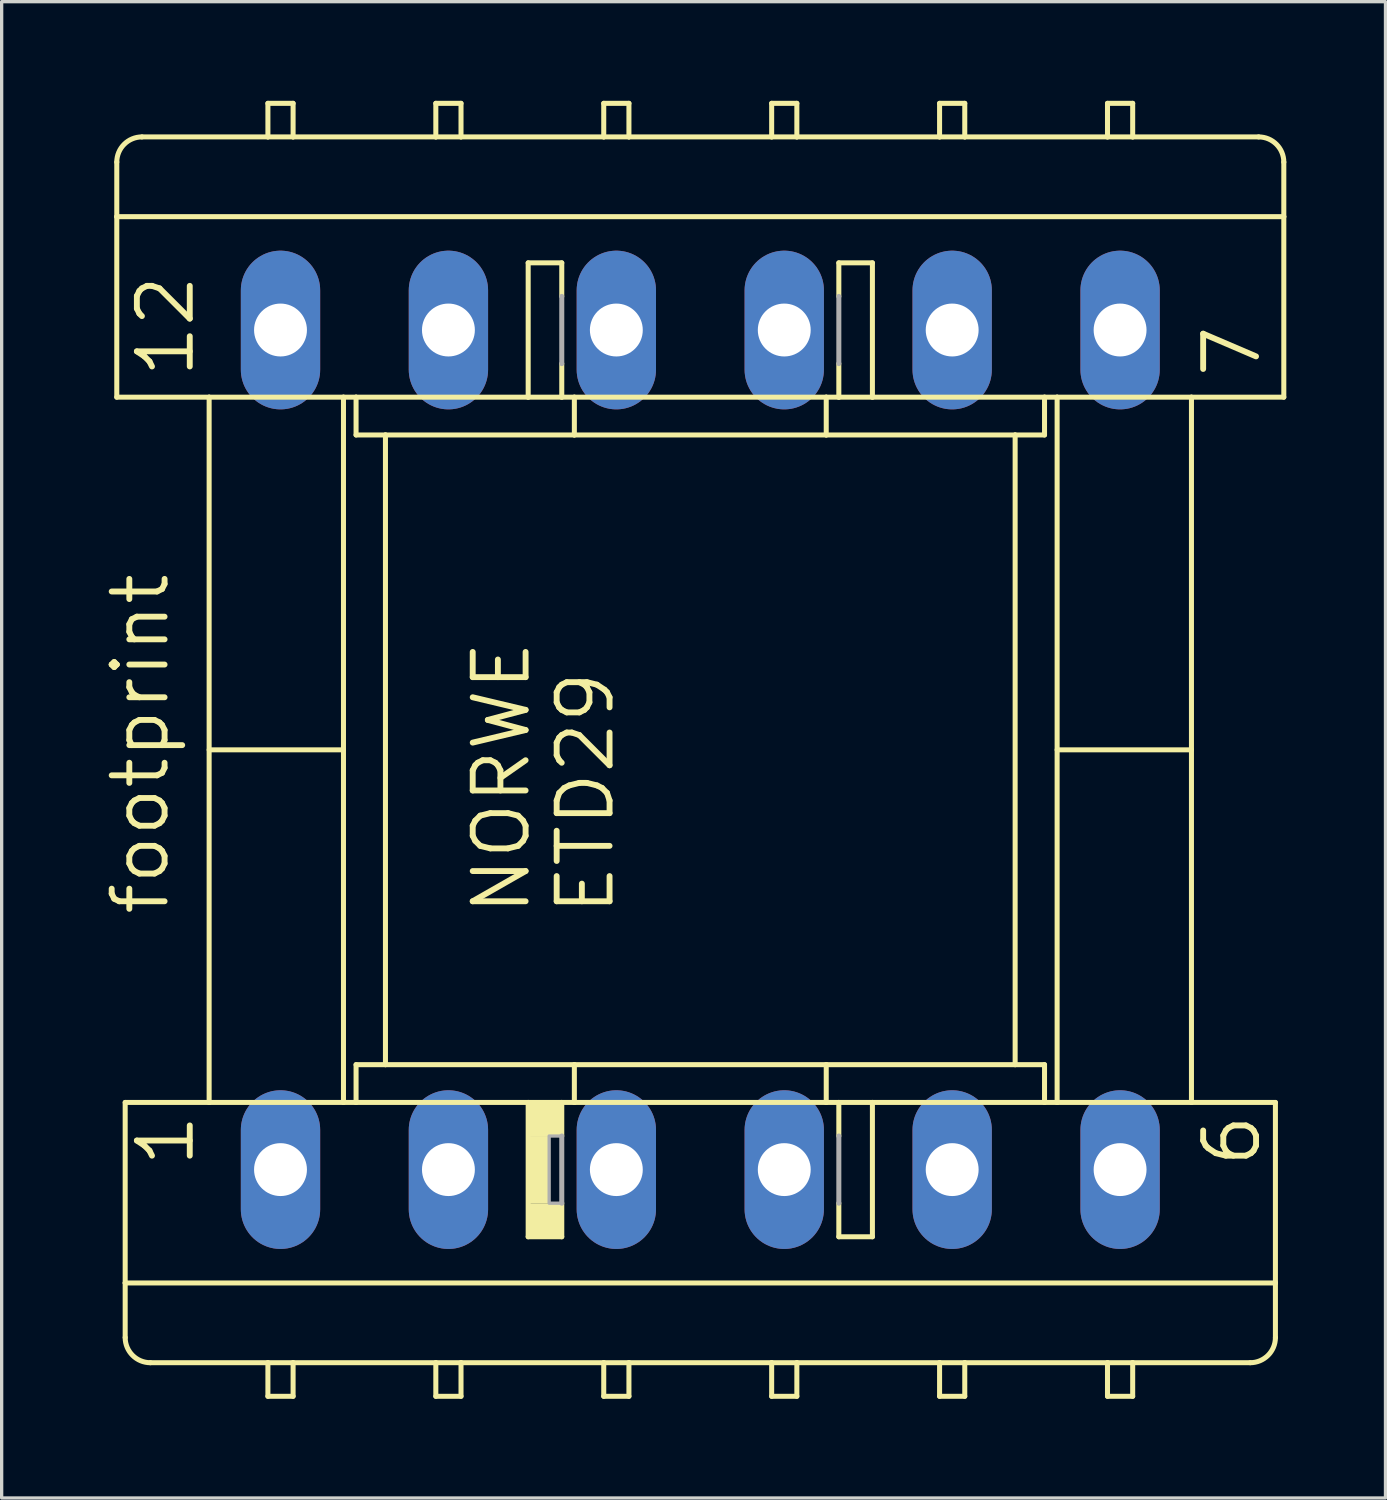
<source format=kicad_pcb>
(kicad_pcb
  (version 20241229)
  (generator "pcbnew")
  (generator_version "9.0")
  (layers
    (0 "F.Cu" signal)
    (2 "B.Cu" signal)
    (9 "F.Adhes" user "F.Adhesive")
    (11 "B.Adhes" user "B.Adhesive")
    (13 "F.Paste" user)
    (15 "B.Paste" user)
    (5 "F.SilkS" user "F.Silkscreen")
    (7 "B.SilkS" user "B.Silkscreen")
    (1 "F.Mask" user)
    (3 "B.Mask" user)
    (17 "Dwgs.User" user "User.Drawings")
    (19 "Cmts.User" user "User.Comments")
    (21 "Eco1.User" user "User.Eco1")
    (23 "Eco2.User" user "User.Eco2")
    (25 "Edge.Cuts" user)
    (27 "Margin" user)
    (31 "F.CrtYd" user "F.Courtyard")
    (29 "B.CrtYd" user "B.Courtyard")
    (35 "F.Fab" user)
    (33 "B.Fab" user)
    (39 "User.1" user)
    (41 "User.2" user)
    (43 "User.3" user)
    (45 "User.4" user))
  (footprint "footprint"
    (layer "F.Cu")
    (at 18.136 19.634)
    (property "Reference" "footprint" (at -16.002 5.08 90) (layer "F.SilkS") (effects (font (size 1.6 1.6) (thickness 0.178)) (justify left bottom)))
    (fp_line (start -17.653 -16.129) (end -17.653 -17.78) (stroke (width 0.152) (type solid)) (layer "F.SilkS"))
    (fp_line (start -17.653 -16.129) (end 17.653 -16.129) (stroke (width 0.152) (type solid)) (layer "F.SilkS"))
    (fp_line (start -17.653 -10.668) (end -17.653 -16.129) (stroke (width 0.152) (type solid)) (layer "F.SilkS"))
    (fp_line (start -17.653 -10.668) (end -14.859 -10.668) (stroke (width 0.152) (type solid)) (layer "F.SilkS"))
    (fp_line (start -17.399 10.668) (end -14.859 10.668) (stroke (width 0.152) (type solid)) (layer "F.SilkS"))
    (fp_line (start -17.399 16.129) (end -17.399 10.668) (stroke (width 0.152) (type solid)) (layer "F.SilkS"))
    (fp_line (start -17.399 17.78) (end -17.399 16.129) (stroke (width 0.152) (type solid)) (layer "F.SilkS"))
    (fp_line (start -16.891 -18.542) (end -13.081 -18.542) (stroke (width 0.152) (type solid)) (layer "F.SilkS"))
    (fp_line (start -14.859 -10.668) (end -10.795 -10.668) (stroke (width 0.152) (type solid)) (layer "F.SilkS"))
    (fp_line (start -14.859 10.668) (end -14.859 -10.668) (stroke (width 0.152) (type solid)) (layer "F.SilkS"))
    (fp_line (start -14.859 10.668) (end -10.795 10.668) (stroke (width 0.152) (type solid)) (layer "F.SilkS"))
    (fp_line (start -13.081 -19.558) (end -13.081 -18.542) (stroke (width 0.152) (type solid)) (layer "F.SilkS"))
    (fp_line (start -13.081 -18.542) (end -12.319 -18.542) (stroke (width 0.152) (type solid)) (layer "F.SilkS"))
    (fp_line (start -13.081 18.542) (end -16.637 18.542) (stroke (width 0.152) (type solid)) (layer "F.SilkS"))
    (fp_line (start -13.081 18.542) (end -13.081 19.558) (stroke (width 0.152) (type solid)) (layer "F.SilkS"))
    (fp_line (start -13.081 19.558) (end -12.319 19.558) (stroke (width 0.152) (type solid)) (layer "F.SilkS"))
    (fp_line (start -12.319 -19.558) (end -13.081 -19.558) (stroke (width 0.152) (type solid)) (layer "F.SilkS"))
    (fp_line (start -12.319 -18.542) (end -12.319 -19.558) (stroke (width 0.152) (type solid)) (layer "F.SilkS"))
    (fp_line (start -12.319 -18.542) (end -8.001 -18.542) (stroke (width 0.152) (type solid)) (layer "F.SilkS"))
    (fp_line (start -12.319 18.542) (end -13.081 18.542) (stroke (width 0.152) (type solid)) (layer "F.SilkS"))
    (fp_line (start -12.319 19.558) (end -12.319 18.542) (stroke (width 0.152) (type solid)) (layer "F.SilkS"))
    (fp_line (start -10.795 -10.668) (end -10.414 -10.668) (stroke (width 0.152) (type solid)) (layer "F.SilkS"))
    (fp_line (start -10.795 0) (end -14.859 0) (stroke (width 0.152) (type solid)) (layer "F.SilkS"))
    (fp_line (start -10.795 10.668) (end -10.795 -10.668) (stroke (width 0.152) (type solid)) (layer "F.SilkS"))
    (fp_line (start -10.795 10.668) (end -10.414 10.668) (stroke (width 0.152) (type solid)) (layer "F.SilkS"))
    (fp_line (start -10.414 -10.668) (end -5.207 -10.668) (stroke (width 0.152) (type solid)) (layer "F.SilkS"))
    (fp_line (start -10.414 -9.525) (end -10.414 -10.668) (stroke (width 0.152) (type solid)) (layer "F.SilkS"))
    (fp_line (start -10.414 -9.525) (end -9.525 -9.525) (stroke (width 0.152) (type solid)) (layer "F.SilkS"))
    (fp_line (start -10.414 9.525) (end -9.525 9.525) (stroke (width 0.152) (type solid)) (layer "F.SilkS"))
    (fp_line (start -10.414 10.668) (end -10.414 9.525) (stroke (width 0.152) (type solid)) (layer "F.SilkS"))
    (fp_line (start -10.414 10.668) (end -5.207 10.668) (stroke (width 0.152) (type solid)) (layer "F.SilkS"))
    (fp_line (start -9.525 -9.525) (end -9.525 9.525) (stroke (width 0.152) (type solid)) (layer "F.SilkS"))
    (fp_line (start -9.525 -9.525) (end -3.81 -9.525) (stroke (width 0.152) (type solid)) (layer "F.SilkS"))
    (fp_line (start -9.525 9.525) (end -3.81 9.525) (stroke (width 0.152) (type solid)) (layer "F.SilkS"))
    (fp_line (start -8.001 -19.558) (end -8.001 -18.542) (stroke (width 0.152) (type solid)) (layer "F.SilkS"))
    (fp_line (start -8.001 -18.542) (end -7.239 -18.542) (stroke (width 0.152) (type solid)) (layer "F.SilkS"))
    (fp_line (start -8.001 18.542) (end -12.319 18.542) (stroke (width 0.152) (type solid)) (layer "F.SilkS"))
    (fp_line (start -8.001 18.542) (end -8.001 19.558) (stroke (width 0.152) (type solid)) (layer "F.SilkS"))
    (fp_line (start -8.001 19.558) (end -7.239 19.558) (stroke (width 0.152) (type solid)) (layer "F.SilkS"))
    (fp_line (start -7.239 -19.558) (end -8.001 -19.558) (stroke (width 0.152) (type solid)) (layer "F.SilkS"))
    (fp_line (start -7.239 -18.542) (end -7.239 -19.558) (stroke (width 0.152) (type solid)) (layer "F.SilkS"))
    (fp_line (start -7.239 -18.542) (end -2.921 -18.542) (stroke (width 0.152) (type solid)) (layer "F.SilkS"))
    (fp_line (start -7.239 18.542) (end -8.001 18.542) (stroke (width 0.152) (type solid)) (layer "F.SilkS"))
    (fp_line (start -7.239 19.558) (end -7.239 18.542) (stroke (width 0.152) (type solid)) (layer "F.SilkS"))
    (fp_line (start -5.207 -14.732) (end -4.191 -14.732) (stroke (width 0.152) (type solid)) (layer "F.SilkS"))
    (fp_line (start -5.207 -10.668) (end -5.207 -14.732) (stroke (width 0.152) (type solid)) (layer "F.SilkS"))
    (fp_line (start -5.207 -10.668) (end -4.191 -10.668) (stroke (width 0.152) (type solid)) (layer "F.SilkS"))
    (fp_line (start -5.207 10.668) (end -4.191 10.668) (stroke (width 0.152) (type solid)) (layer "F.SilkS"))
    (fp_line (start -5.207 14.732) (end -5.207 10.668) (stroke (width 0.152) (type solid)) (layer "F.SilkS"))
    (fp_line (start -5.207 14.732) (end -4.191 14.732) (stroke (width 0.152) (type solid)) (layer "F.SilkS"))
    (fp_line (start -4.191 -13.716) (end -4.191 -14.732) (stroke (width 0.152) (type solid)) (layer "F.SilkS"))
    (fp_line (start -4.191 -10.668) (end -4.191 -11.684) (stroke (width 0.152) (type solid)) (layer "F.SilkS"))
    (fp_line (start -4.191 -10.668) (end -3.81 -10.668) (stroke (width 0.152) (type solid)) (layer "F.SilkS"))
    (fp_line (start -4.191 10.668) (end -4.191 11.684) (stroke (width 0.152) (type solid)) (layer "F.SilkS"))
    (fp_line (start -4.191 10.668) (end -3.81 10.668) (stroke (width 0.152) (type solid)) (layer "F.SilkS"))
    (fp_line (start -4.191 13.716) (end -4.191 14.732) (stroke (width 0.152) (type solid)) (layer "F.SilkS"))
    (fp_line (start -3.81 -10.668) (end 3.81 -10.668) (stroke (width 0.152) (type solid)) (layer "F.SilkS"))
    (fp_line (start -3.81 -9.525) (end -3.81 -10.668) (stroke (width 0.152) (type solid)) (layer "F.SilkS"))
    (fp_line (start -3.81 -9.525) (end 3.81 -9.525) (stroke (width 0.152) (type solid)) (layer "F.SilkS"))
    (fp_line (start -3.81 9.525) (end -3.81 10.668) (stroke (width 0.152) (type solid)) (layer "F.SilkS"))
    (fp_line (start -3.81 9.525) (end 3.81 9.525) (stroke (width 0.152) (type solid)) (layer "F.SilkS"))
    (fp_line (start -3.81 10.668) (end 3.81 10.668) (stroke (width 0.152) (type solid)) (layer "F.SilkS"))
    (fp_line (start -2.921 -19.558) (end -2.921 -18.542) (stroke (width 0.152) (type solid)) (layer "F.SilkS"))
    (fp_line (start -2.921 -18.542) (end -2.159 -18.542) (stroke (width 0.152) (type solid)) (layer "F.SilkS"))
    (fp_line (start -2.921 18.542) (end -7.239 18.542) (stroke (width 0.152) (type solid)) (layer "F.SilkS"))
    (fp_line (start -2.921 18.542) (end -2.921 19.558) (stroke (width 0.152) (type solid)) (layer "F.SilkS"))
    (fp_line (start -2.921 19.558) (end -2.159 19.558) (stroke (width 0.152) (type solid)) (layer "F.SilkS"))
    (fp_line (start -2.159 -19.558) (end -2.921 -19.558) (stroke (width 0.152) (type solid)) (layer "F.SilkS"))
    (fp_line (start -2.159 -18.542) (end -2.159 -19.558) (stroke (width 0.152) (type solid)) (layer "F.SilkS"))
    (fp_line (start -2.159 -18.542) (end 2.159 -18.542) (stroke (width 0.152) (type solid)) (layer "F.SilkS"))
    (fp_line (start -2.159 18.542) (end -2.921 18.542) (stroke (width 0.152) (type solid)) (layer "F.SilkS"))
    (fp_line (start -2.159 19.558) (end -2.159 18.542) (stroke (width 0.152) (type solid)) (layer "F.SilkS"))
    (fp_line (start 2.159 -19.558) (end 2.159 -18.542) (stroke (width 0.152) (type solid)) (layer "F.SilkS"))
    (fp_line (start 2.159 -18.542) (end 2.921 -18.542) (stroke (width 0.152) (type solid)) (layer "F.SilkS"))
    (fp_line (start 2.159 18.542) (end -2.159 18.542) (stroke (width 0.152) (type solid)) (layer "F.SilkS"))
    (fp_line (start 2.159 18.542) (end 2.159 19.558) (stroke (width 0.152) (type solid)) (layer "F.SilkS"))
    (fp_line (start 2.159 19.558) (end 2.921 19.558) (stroke (width 0.152) (type solid)) (layer "F.SilkS"))
    (fp_line (start 2.921 -19.558) (end 2.159 -19.558) (stroke (width 0.152) (type solid)) (layer "F.SilkS"))
    (fp_line (start 2.921 -18.542) (end 2.921 -19.558) (stroke (width 0.152) (type solid)) (layer "F.SilkS"))
    (fp_line (start 2.921 -18.542) (end 7.239 -18.542) (stroke (width 0.152) (type solid)) (layer "F.SilkS"))
    (fp_line (start 2.921 18.542) (end 2.159 18.542) (stroke (width 0.152) (type solid)) (layer "F.SilkS"))
    (fp_line (start 2.921 19.558) (end 2.921 18.542) (stroke (width 0.152) (type solid)) (layer "F.SilkS"))
    (fp_line (start 3.81 -10.668) (end 4.191 -10.668) (stroke (width 0.152) (type solid)) (layer "F.SilkS"))
    (fp_line (start 3.81 -9.525) (end 3.81 -10.668) (stroke (width 0.152) (type solid)) (layer "F.SilkS"))
    (fp_line (start 3.81 -9.525) (end 9.525 -9.525) (stroke (width 0.152) (type solid)) (layer "F.SilkS"))
    (fp_line (start 3.81 9.525) (end 3.81 10.668) (stroke (width 0.152) (type solid)) (layer "F.SilkS"))
    (fp_line (start 3.81 9.525) (end 9.525 9.525) (stroke (width 0.152) (type solid)) (layer "F.SilkS"))
    (fp_line (start 3.81 10.668) (end 4.191 10.668) (stroke (width 0.152) (type solid)) (layer "F.SilkS"))
    (fp_line (start 4.191 -14.732) (end 5.207 -14.732) (stroke (width 0.152) (type solid)) (layer "F.SilkS"))
    (fp_line (start 4.191 -13.716) (end 4.191 -14.732) (stroke (width 0.152) (type solid)) (layer "F.SilkS"))
    (fp_line (start 4.191 -10.668) (end 4.191 -11.684) (stroke (width 0.152) (type solid)) (layer "F.SilkS"))
    (fp_line (start 4.191 -10.668) (end 5.207 -10.668) (stroke (width 0.152) (type solid)) (layer "F.SilkS"))
    (fp_line (start 4.191 10.668) (end 4.191 11.684) (stroke (width 0.152) (type solid)) (layer "F.SilkS"))
    (fp_line (start 4.191 10.668) (end 5.207 10.668) (stroke (width 0.152) (type solid)) (layer "F.SilkS"))
    (fp_line (start 4.191 13.716) (end 4.191 14.732) (stroke (width 0.152) (type solid)) (layer "F.SilkS"))
    (fp_line (start 4.191 14.732) (end 5.207 14.732) (stroke (width 0.152) (type solid)) (layer "F.SilkS"))
    (fp_line (start 5.207 -10.668) (end 5.207 -14.732) (stroke (width 0.152) (type solid)) (layer "F.SilkS"))
    (fp_line (start 5.207 -10.668) (end 10.414 -10.668) (stroke (width 0.152) (type solid)) (layer "F.SilkS"))
    (fp_line (start 5.207 10.668) (end 5.207 14.732) (stroke (width 0.152) (type solid)) (layer "F.SilkS"))
    (fp_line (start 5.207 10.668) (end 10.414 10.668) (stroke (width 0.152) (type solid)) (layer "F.SilkS"))
    (fp_line (start 7.239 -19.558) (end 7.239 -18.542) (stroke (width 0.152) (type solid)) (layer "F.SilkS"))
    (fp_line (start 7.239 -18.542) (end 8.001 -18.542) (stroke (width 0.152) (type solid)) (layer "F.SilkS"))
    (fp_line (start 7.239 18.542) (end 2.921 18.542) (stroke (width 0.152) (type solid)) (layer "F.SilkS"))
    (fp_line (start 7.239 18.542) (end 7.239 19.558) (stroke (width 0.152) (type solid)) (layer "F.SilkS"))
    (fp_line (start 7.239 19.558) (end 8.001 19.558) (stroke (width 0.152) (type solid)) (layer "F.SilkS"))
    (fp_line (start 8.001 -19.558) (end 7.239 -19.558) (stroke (width 0.152) (type solid)) (layer "F.SilkS"))
    (fp_line (start 8.001 -18.542) (end 8.001 -19.558) (stroke (width 0.152) (type solid)) (layer "F.SilkS"))
    (fp_line (start 8.001 -18.542) (end 12.319 -18.542) (stroke (width 0.152) (type solid)) (layer "F.SilkS"))
    (fp_line (start 8.001 18.542) (end 7.239 18.542) (stroke (width 0.152) (type solid)) (layer "F.SilkS"))
    (fp_line (start 8.001 19.558) (end 8.001 18.542) (stroke (width 0.152) (type solid)) (layer "F.SilkS"))
    (fp_line (start 9.525 -9.525) (end 9.525 9.525) (stroke (width 0.152) (type solid)) (layer "F.SilkS"))
    (fp_line (start 9.525 -9.525) (end 10.414 -9.525) (stroke (width 0.152) (type solid)) (layer "F.SilkS"))
    (fp_line (start 9.525 9.525) (end 10.414 9.525) (stroke (width 0.152) (type solid)) (layer "F.SilkS"))
    (fp_line (start 10.414 -10.668) (end 10.795 -10.668) (stroke (width 0.152) (type solid)) (layer "F.SilkS"))
    (fp_line (start 10.414 -9.525) (end 10.414 -10.668) (stroke (width 0.152) (type solid)) (layer "F.SilkS"))
    (fp_line (start 10.414 10.668) (end 10.414 9.525) (stroke (width 0.152) (type solid)) (layer "F.SilkS"))
    (fp_line (start 10.414 10.668) (end 10.795 10.668) (stroke (width 0.152) (type solid)) (layer "F.SilkS"))
    (fp_line (start 10.795 -10.668) (end 14.859 -10.668) (stroke (width 0.152) (type solid)) (layer "F.SilkS"))
    (fp_line (start 10.795 0) (end 14.859 0) (stroke (width 0.152) (type solid)) (layer "F.SilkS"))
    (fp_line (start 10.795 10.668) (end 10.795 -10.668) (stroke (width 0.152) (type solid)) (layer "F.SilkS"))
    (fp_line (start 10.795 10.668) (end 14.859 10.668) (stroke (width 0.152) (type solid)) (layer "F.SilkS"))
    (fp_line (start 12.319 -19.558) (end 12.319 -18.542) (stroke (width 0.152) (type solid)) (layer "F.SilkS"))
    (fp_line (start 12.319 -18.542) (end 13.081 -18.542) (stroke (width 0.152) (type solid)) (layer "F.SilkS"))
    (fp_line (start 12.319 18.542) (end 8.001 18.542) (stroke (width 0.152) (type solid)) (layer "F.SilkS"))
    (fp_line (start 12.319 18.542) (end 12.319 19.558) (stroke (width 0.152) (type solid)) (layer "F.SilkS"))
    (fp_line (start 12.319 19.558) (end 13.081 19.558) (stroke (width 0.152) (type solid)) (layer "F.SilkS"))
    (fp_line (start 13.081 -19.558) (end 12.319 -19.558) (stroke (width 0.152) (type solid)) (layer "F.SilkS"))
    (fp_line (start 13.081 -18.542) (end 13.081 -19.558) (stroke (width 0.152) (type solid)) (layer "F.SilkS"))
    (fp_line (start 13.081 -18.542) (end 16.891 -18.542) (stroke (width 0.152) (type solid)) (layer "F.SilkS"))
    (fp_line (start 13.081 18.542) (end 12.319 18.542) (stroke (width 0.152) (type solid)) (layer "F.SilkS"))
    (fp_line (start 13.081 19.558) (end 13.081 18.542) (stroke (width 0.152) (type solid)) (layer "F.SilkS"))
    (fp_line (start 14.859 -10.668) (end 17.653 -10.668) (stroke (width 0.152) (type solid)) (layer "F.SilkS"))
    (fp_line (start 14.859 10.668) (end 14.859 -10.668) (stroke (width 0.152) (type solid)) (layer "F.SilkS"))
    (fp_line (start 14.859 10.668) (end 17.399 10.668) (stroke (width 0.152) (type solid)) (layer "F.SilkS"))
    (fp_line (start 16.637 18.542) (end 13.081 18.542) (stroke (width 0.152) (type solid)) (layer "F.SilkS"))
    (fp_line (start 17.399 10.668) (end 17.399 16.129) (stroke (width 0.152) (type solid)) (layer "F.SilkS"))
    (fp_line (start 17.399 16.129) (end -17.399 16.129) (stroke (width 0.152) (type solid)) (layer "F.SilkS"))
    (fp_line (start 17.399 16.129) (end 17.399 17.78) (stroke (width 0.152) (type solid)) (layer "F.SilkS"))
    (fp_line (start 17.653 -16.129) (end 17.653 -17.78) (stroke (width 0.152) (type solid)) (layer "F.SilkS"))
    (fp_line (start 17.653 -10.668) (end 17.653 -16.129) (stroke (width 0.152) (type solid)) (layer "F.SilkS"))
    (fp_arc (start -17.653 -17.78) (mid -17.429815 -18.318815) (end -16.891 -18.542) (stroke (width 0.1524) (type solid)) (layer "F.SilkS"))
    (fp_arc (start -16.637 18.542) (mid -17.175815 18.318815) (end -17.399 17.78) (stroke (width 0.1524) (type solid)) (layer "F.SilkS"))
    (fp_arc (start 16.891 -18.542) (mid 17.429815 -18.318815) (end 17.653 -17.78) (stroke (width 0.1524) (type solid)) (layer "F.SilkS"))
    (fp_arc (start 17.399 17.78) (mid 17.175815 18.318815) (end 16.637 18.542) (stroke (width 0.1524) (type solid)) (layer "F.SilkS"))
    (fp_poly (pts (xy -5.207 11.684) (xy -4.191 11.684) (xy -4.191 10.668) (xy -5.207 10.668)) (stroke (width 0) (type solid)) (fill yes) (layer "F.SilkS"))
    (fp_poly (pts (xy -5.207 13.716) (xy -4.572 13.716) (xy -4.572 11.684) (xy -5.207 11.684)) (stroke (width 0) (type solid)) (fill yes) (layer "F.SilkS"))
    (fp_poly (pts (xy -5.207 14.732) (xy -4.191 14.732) (xy -4.191 13.716) (xy -5.207 13.716)) (stroke (width 0) (type solid)) (fill yes) (layer "F.SilkS"))
    (fp_line (start -4.191 -11.684) (end -4.191 -13.716) (stroke (width 0.152) (type solid)) (layer "F.Fab"))
    (fp_line (start -4.191 11.684) (end -4.191 13.716) (stroke (width 0.152) (type solid)) (layer "F.Fab"))
    (fp_line (start 4.191 -11.684) (end 4.191 -13.716) (stroke (width 0.152) (type solid)) (layer "F.Fab"))
    (fp_line (start 4.191 11.684) (end 4.191 13.716) (stroke (width 0.152) (type solid)) (layer "F.Fab"))
    (fp_poly (pts (xy -4.572 13.716) (xy -4.191 13.716) (xy -4.191 11.684) (xy -4.572 11.684)) (stroke (width 0.1) (type solid)) (fill no) (layer "F.Fab"))
    (fp_text user "ETD29" (at -2.54 5.08 90) (layer "F.SilkS") (effects (font (size 1.6 1.6) (thickness 0.178)) (justify left bottom)))
    (fp_text user "1" (at -15.24 12.7 90) (layer "F.SilkS") (effects (font (size 1.6 1.6) (thickness 0.178)) (justify left bottom)))
    (fp_text user "NORWE" (at -5.08 5.08 90) (layer "F.SilkS") (effects (font (size 1.6 1.6) (thickness 0.178)) (justify left bottom)))
    (fp_text user "12" (at -15.24 -11.176 90) (layer "F.SilkS") (effects (font (size 1.6 1.6) (thickness 0.178)) (justify left bottom)))
    (fp_text user "7" (at 17.018 -11.176 90) (layer "F.SilkS") (effects (font (size 1.6 1.6) (thickness 0.178)) (justify left bottom)))
    (fp_text user "6" (at 17.018 12.7 90) (layer "F.SilkS") (effects (font (size 1.6 1.6) (thickness 0.178)) (justify left bottom)))
    (pad "1" thru_hole oval (at -12.7 12.7 90) (size 4.801 2.4) (drill 1.6) (layers "*.Cu" "*.Mask"))
    (pad "2" thru_hole oval (at -7.62 12.7 90) (size 4.801 2.4) (drill 1.6) (layers "*.Cu" "*.Mask"))
    (pad "3" thru_hole oval (at -2.54 12.7 90) (size 4.801 2.4) (drill 1.6) (layers "*.Cu" "*.Mask"))
    (pad "4" thru_hole oval (at 2.54 12.7 90) (size 4.801 2.4) (drill 1.6) (layers "*.Cu" "*.Mask"))
    (pad "5" thru_hole oval (at 7.62 12.7 90) (size 4.801 2.4) (drill 1.6) (layers "*.Cu" "*.Mask"))
    (pad "6" thru_hole oval (at 12.7 12.7 90) (size 4.801 2.4) (drill 1.6) (layers "*.Cu" "*.Mask"))
    (pad "7" thru_hole oval (at 12.7 -12.7 90) (size 4.801 2.4) (drill 1.6) (layers "*.Cu" "*.Mask"))
    (pad "8" thru_hole oval (at 7.62 -12.7 90) (size 4.801 2.4) (drill 1.6) (layers "*.Cu" "*.Mask"))
    (pad "9" thru_hole oval (at 2.54 -12.7 90) (size 4.801 2.4) (drill 1.6) (layers "*.Cu" "*.Mask"))
    (pad "10" thru_hole oval (at -2.54 -12.7 90) (size 4.801 2.4) (drill 1.6) (layers "*.Cu" "*.Mask"))
    (pad "11" thru_hole oval (at -7.62 -12.7 90) (size 4.801 2.4) (drill 1.6) (layers "*.Cu" "*.Mask"))
    (pad "12" thru_hole oval (at -12.7 -12.7 90) (size 4.801 2.4) (drill 1.6) (layers "*.Cu" "*.Mask")))
  (gr_rect
    (start -3 -3)
    (end 38.865 42.268)
    (stroke (width 0.1) (type default))
    (fill no)
    (layer "Edge.Cuts")))
</source>
